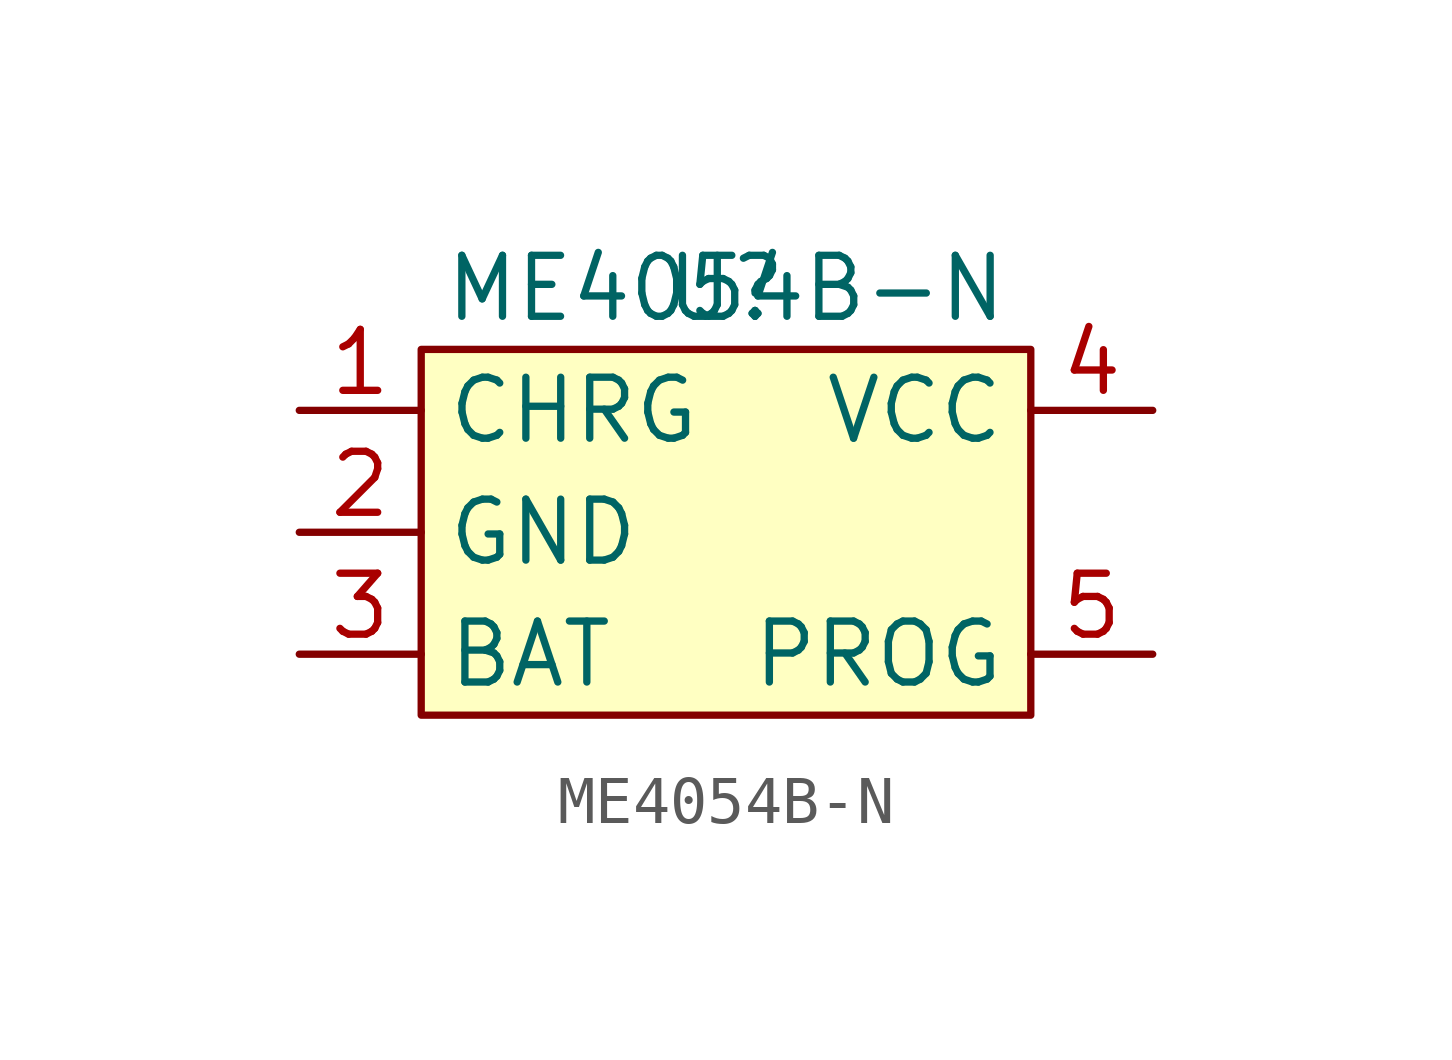
<source format=kicad_sym>
(kicad_symbol_lib
  (version 20241209)
  (generator "kicad_symbol_editor")
  (generator_version "9.0")
  (symbol "ME4054B-N"
    (property "Reference" "U"
      (at 0 0 0)
      (effects (font (size 1.27 1.27))))
    (property "Value" "ME4054B-N"
      (at 0 0 0)
      (effects (font (size 1.27 1.27))))
    (symbol "ME4054B-N_0_0"
      (pin input line (at -8.89 -2.54 0) (length 2.54) (name "CHRG" (effects (font (size 1.27 1.27)))) (number "1" (effects (font (size 1.27 1.27)))))
      (pin output line (at -8.89 -5.08 0) (length 2.54) (name "GND" (effects (font (size 1.27 1.27)))) (number "2" (effects (font (size 1.27 1.27)))))
      (pin output line (at -8.89 -7.62 0) (length 2.54) (name "BAT" (effects (font (size 1.27 1.27)))) (number "3" (effects (font (size 1.27 1.27)))))
      (pin input line (at 8.89 -2.54 180) (length 2.54) (name "VCC" (effects (font (size 1.27 1.27)))) (number "4" (effects (font (size 1.27 1.27)))))
      (pin output line (at 8.89 -7.62 180) (length 2.54) (name "PROG" (effects (font (size 1.27 1.27)))) (number "5" (effects (font (size 1.27 1.27))))))
    (symbol "ME4054B-N_1_1"
      (rectangle (start -6.35 -1.27) (end 6.35 -8.89) (stroke (width 0) (type solid)) (fill (type background))))))
</source>
